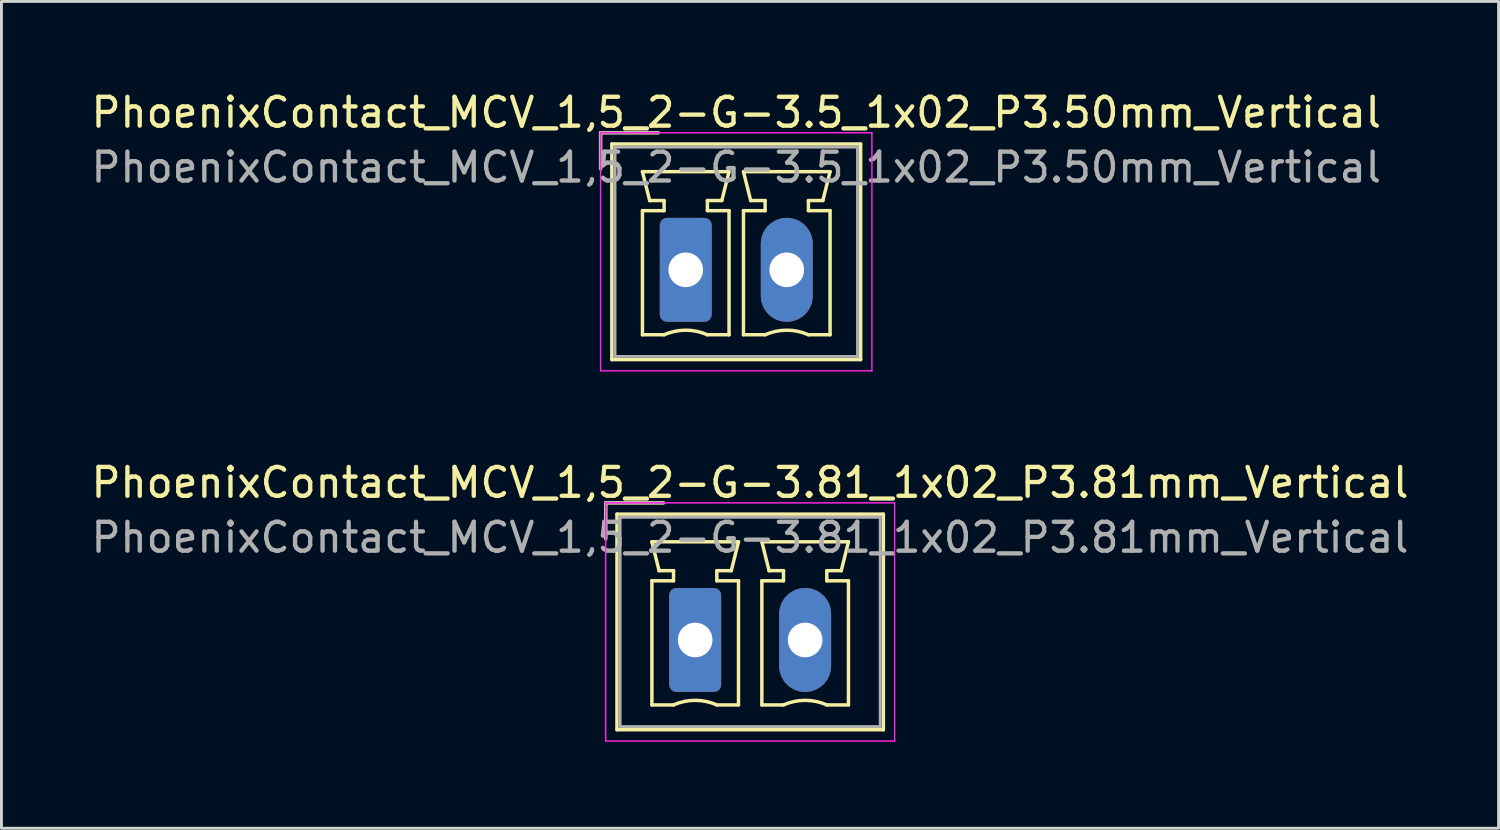
<source format=kicad_pcb>
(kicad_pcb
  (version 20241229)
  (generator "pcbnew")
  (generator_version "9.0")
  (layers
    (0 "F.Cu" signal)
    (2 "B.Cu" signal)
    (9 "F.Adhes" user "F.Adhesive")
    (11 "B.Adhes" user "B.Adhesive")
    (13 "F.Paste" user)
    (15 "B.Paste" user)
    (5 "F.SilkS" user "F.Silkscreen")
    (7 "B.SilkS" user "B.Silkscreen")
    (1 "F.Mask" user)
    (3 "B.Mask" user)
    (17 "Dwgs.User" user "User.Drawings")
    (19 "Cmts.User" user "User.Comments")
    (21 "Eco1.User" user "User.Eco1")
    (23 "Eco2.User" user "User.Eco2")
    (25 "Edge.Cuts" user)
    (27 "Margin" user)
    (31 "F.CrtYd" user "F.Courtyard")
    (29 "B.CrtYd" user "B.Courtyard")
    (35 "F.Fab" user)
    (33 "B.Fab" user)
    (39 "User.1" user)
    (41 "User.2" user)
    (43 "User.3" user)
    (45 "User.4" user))
  (footprint "PhoenixContact_MCV_1,5_2-G-3.5_1x02_P3.50mm_Vertical"
    (layer "F.Cu")
    (at 20.708 6.298)
    (property "Reference" "PhoenixContact_MCV_1,5_2-G-3.5_1x02_P3.50mm_Vertical" (at 1.75 -5.45 0) (layer "F.SilkS") (effects (font (size 1 1) (thickness 0.15))))
    (attr through_hole)
    (fp_line (start -2.95 -4.75) (end -0.95 -4.75) (stroke (width 0.12) (type solid)) (layer "F.SilkS"))
    (fp_line (start -2.95 -3.5) (end -2.95 -4.75) (stroke (width 0.12) (type solid)) (layer "F.SilkS"))
    (fp_line (start -2.56 -4.36) (end -2.56 3.11) (stroke (width 0.12) (type solid)) (layer "F.SilkS"))
    (fp_line (start -2.56 3.11) (end 6.06 3.11) (stroke (width 0.12) (type solid)) (layer "F.SilkS"))
    (fp_line (start -1.5 -3.4) (end 1.5 -3.4) (stroke (width 0.12) (type solid)) (layer "F.SilkS"))
    (fp_line (start -1.5 -2.05) (end -0.75 -2.05) (stroke (width 0.12) (type solid)) (layer "F.SilkS"))
    (fp_line (start -1.5 2.25) (end -1.5 -2.05) (stroke (width 0.12) (type solid)) (layer "F.SilkS"))
    (fp_line (start -1.25 -2.4) (end -1.5 -3.4) (stroke (width 0.12) (type solid)) (layer "F.SilkS"))
    (fp_line (start -0.75 -2.4) (end -1.25 -2.4) (stroke (width 0.12) (type solid)) (layer "F.SilkS"))
    (fp_line (start -0.75 -2.05) (end -0.75 -2.4) (stroke (width 0.12) (type solid)) (layer "F.SilkS"))
    (fp_line (start -0.75 2.25) (end -1.5 2.25) (stroke (width 0.12) (type solid)) (layer "F.SilkS"))
    (fp_line (start 0.75 -2.4) (end 0.75 -2.05) (stroke (width 0.12) (type solid)) (layer "F.SilkS"))
    (fp_line (start 0.75 -2.05) (end 1.5 -2.05) (stroke (width 0.12) (type solid)) (layer "F.SilkS"))
    (fp_line (start 1.25 -2.4) (end 0.75 -2.4) (stroke (width 0.12) (type solid)) (layer "F.SilkS"))
    (fp_line (start 1.5 -3.4) (end 1.25 -2.4) (stroke (width 0.12) (type solid)) (layer "F.SilkS"))
    (fp_line (start 1.5 -2.05) (end 1.5 2.25) (stroke (width 0.12) (type solid)) (layer "F.SilkS"))
    (fp_line (start 1.5 2.25) (end 0.75 2.25) (stroke (width 0.12) (type solid)) (layer "F.SilkS"))
    (fp_line (start 2 -3.4) (end 5 -3.4) (stroke (width 0.12) (type solid)) (layer "F.SilkS"))
    (fp_line (start 2 -2.05) (end 2.75 -2.05) (stroke (width 0.12) (type solid)) (layer "F.SilkS"))
    (fp_line (start 2 2.25) (end 2 -2.05) (stroke (width 0.12) (type solid)) (layer "F.SilkS"))
    (fp_line (start 2.25 -2.4) (end 2 -3.4) (stroke (width 0.12) (type solid)) (layer "F.SilkS"))
    (fp_line (start 2.75 -2.4) (end 2.25 -2.4) (stroke (width 0.12) (type solid)) (layer "F.SilkS"))
    (fp_line (start 2.75 -2.05) (end 2.75 -2.4) (stroke (width 0.12) (type solid)) (layer "F.SilkS"))
    (fp_line (start 2.75 2.25) (end 2 2.25) (stroke (width 0.12) (type solid)) (layer "F.SilkS"))
    (fp_line (start 4.25 -2.4) (end 4.25 -2.05) (stroke (width 0.12) (type solid)) (layer "F.SilkS"))
    (fp_line (start 4.25 -2.05) (end 5 -2.05) (stroke (width 0.12) (type solid)) (layer "F.SilkS"))
    (fp_line (start 4.75 -2.4) (end 4.25 -2.4) (stroke (width 0.12) (type solid)) (layer "F.SilkS"))
    (fp_line (start 5 -3.4) (end 4.75 -2.4) (stroke (width 0.12) (type solid)) (layer "F.SilkS"))
    (fp_line (start 5 -2.05) (end 5 2.25) (stroke (width 0.12) (type solid)) (layer "F.SilkS"))
    (fp_line (start 5 2.25) (end 4.25 2.25) (stroke (width 0.12) (type solid)) (layer "F.SilkS"))
    (fp_line (start 6.06 -4.36) (end -2.56 -4.36) (stroke (width 0.12) (type solid)) (layer "F.SilkS"))
    (fp_line (start 6.06 3.11) (end 6.06 -4.36) (stroke (width 0.12) (type solid)) (layer "F.SilkS"))
    (fp_arc (start -0.75 2.25) (mid -0.000193 2.09191) (end 0.749647 2.249844) (stroke (width 0.12) (type solid)) (layer "F.SilkS"))
    (fp_arc (start 2.75 2.25) (mid 3.499807 2.09191) (end 4.249647 2.249844) (stroke (width 0.12) (type solid)) (layer "F.SilkS"))
    (fp_line (start -2.95 -4.75) (end -2.95 3.5) (stroke (width 0.05) (type solid)) (layer "F.CrtYd"))
    (fp_line (start -2.95 3.5) (end 6.45 3.5) (stroke (width 0.05) (type solid)) (layer "F.CrtYd"))
    (fp_line (start 6.45 -4.75) (end -2.95 -4.75) (stroke (width 0.05) (type solid)) (layer "F.CrtYd"))
    (fp_line (start 6.45 3.5) (end 6.45 -4.75) (stroke (width 0.05) (type solid)) (layer "F.CrtYd"))
    (fp_line (start -2.95 -4.75) (end -0.95 -4.75) (stroke (width 0.1) (type solid)) (layer "F.Fab"))
    (fp_line (start -2.95 -3.5) (end -2.95 -4.75) (stroke (width 0.1) (type solid)) (layer "F.Fab"))
    (fp_line (start -2.45 -4.25) (end -2.45 3) (stroke (width 0.1) (type solid)) (layer "F.Fab"))
    (fp_line (start -2.45 3) (end 5.95 3) (stroke (width 0.1) (type solid)) (layer "F.Fab"))
    (fp_line (start 5.95 -4.25) (end -2.45 -4.25) (stroke (width 0.1) (type solid)) (layer "F.Fab"))
    (fp_line (start 5.95 3) (end 5.95 -4.25) (stroke (width 0.1) (type solid)) (layer "F.Fab"))
    (fp_text user "${REFERENCE}" (at 1.75 -3.55 0) (layer "F.Fab") (effects (font (size 1 1) (thickness 0.15))))
    (pad "1" thru_hole roundrect (at 0 0) (size 1.8 3.6) (drill 1.2) (layers "*.Cu" "*.Mask") (roundrect_rratio 0.139))
    (pad "2" thru_hole oval (at 3.5 0) (size 1.8 3.6) (drill 1.2) (layers "*.Cu" "*.Mask")))
  (footprint "PhoenixContact_MCV_1,5_2-G-3.81_1x02_P3.81mm_Vertical"
    (layer "F.Cu")
    (at 21.035 19.122)
    (property "Reference" "PhoenixContact_MCV_1,5_2-G-3.81_1x02_P3.81mm_Vertical" (at 1.9 -5.45 0) (layer "F.SilkS") (effects (font (size 1 1) (thickness 0.15))))
    (attr through_hole)
    (fp_line (start -3.1 -4.75) (end -1.1 -4.75) (stroke (width 0.12) (type solid)) (layer "F.SilkS"))
    (fp_line (start -3.1 -3.5) (end -3.1 -4.75) (stroke (width 0.12) (type solid)) (layer "F.SilkS"))
    (fp_line (start -2.71 -4.36) (end -2.71 3.11) (stroke (width 0.12) (type solid)) (layer "F.SilkS"))
    (fp_line (start -2.71 3.11) (end 6.52 3.11) (stroke (width 0.12) (type solid)) (layer "F.SilkS"))
    (fp_line (start -1.5 -3.4) (end 1.5 -3.4) (stroke (width 0.12) (type solid)) (layer "F.SilkS"))
    (fp_line (start -1.5 -2.05) (end -0.75 -2.05) (stroke (width 0.12) (type solid)) (layer "F.SilkS"))
    (fp_line (start -1.5 2.25) (end -1.5 -2.05) (stroke (width 0.12) (type solid)) (layer "F.SilkS"))
    (fp_line (start -1.25 -2.4) (end -1.5 -3.4) (stroke (width 0.12) (type solid)) (layer "F.SilkS"))
    (fp_line (start -0.75 -2.4) (end -1.25 -2.4) (stroke (width 0.12) (type solid)) (layer "F.SilkS"))
    (fp_line (start -0.75 -2.05) (end -0.75 -2.4) (stroke (width 0.12) (type solid)) (layer "F.SilkS"))
    (fp_line (start -0.75 2.25) (end -1.5 2.25) (stroke (width 0.12) (type solid)) (layer "F.SilkS"))
    (fp_line (start 0.75 -2.4) (end 0.75 -2.05) (stroke (width 0.12) (type solid)) (layer "F.SilkS"))
    (fp_line (start 0.75 -2.05) (end 1.5 -2.05) (stroke (width 0.12) (type solid)) (layer "F.SilkS"))
    (fp_line (start 1.25 -2.4) (end 0.75 -2.4) (stroke (width 0.12) (type solid)) (layer "F.SilkS"))
    (fp_line (start 1.5 -3.4) (end 1.25 -2.4) (stroke (width 0.12) (type solid)) (layer "F.SilkS"))
    (fp_line (start 1.5 -2.05) (end 1.5 2.25) (stroke (width 0.12) (type solid)) (layer "F.SilkS"))
    (fp_line (start 1.5 2.25) (end 0.75 2.25) (stroke (width 0.12) (type solid)) (layer "F.SilkS"))
    (fp_line (start 2.31 -3.4) (end 5.31 -3.4) (stroke (width 0.12) (type solid)) (layer "F.SilkS"))
    (fp_line (start 2.31 -2.05) (end 3.06 -2.05) (stroke (width 0.12) (type solid)) (layer "F.SilkS"))
    (fp_line (start 2.31 2.25) (end 2.31 -2.05) (stroke (width 0.12) (type solid)) (layer "F.SilkS"))
    (fp_line (start 2.56 -2.4) (end 2.31 -3.4) (stroke (width 0.12) (type solid)) (layer "F.SilkS"))
    (fp_line (start 3.06 -2.4) (end 2.56 -2.4) (stroke (width 0.12) (type solid)) (layer "F.SilkS"))
    (fp_line (start 3.06 -2.05) (end 3.06 -2.4) (stroke (width 0.12) (type solid)) (layer "F.SilkS"))
    (fp_line (start 3.06 2.25) (end 2.31 2.25) (stroke (width 0.12) (type solid)) (layer "F.SilkS"))
    (fp_line (start 4.56 -2.4) (end 4.56 -2.05) (stroke (width 0.12) (type solid)) (layer "F.SilkS"))
    (fp_line (start 4.56 -2.05) (end 5.31 -2.05) (stroke (width 0.12) (type solid)) (layer "F.SilkS"))
    (fp_line (start 5.06 -2.4) (end 4.56 -2.4) (stroke (width 0.12) (type solid)) (layer "F.SilkS"))
    (fp_line (start 5.31 -3.4) (end 5.06 -2.4) (stroke (width 0.12) (type solid)) (layer "F.SilkS"))
    (fp_line (start 5.31 -2.05) (end 5.31 2.25) (stroke (width 0.12) (type solid)) (layer "F.SilkS"))
    (fp_line (start 5.31 2.25) (end 4.56 2.25) (stroke (width 0.12) (type solid)) (layer "F.SilkS"))
    (fp_line (start 6.52 -4.36) (end -2.71 -4.36) (stroke (width 0.12) (type solid)) (layer "F.SilkS"))
    (fp_line (start 6.52 3.11) (end 6.52 -4.36) (stroke (width 0.12) (type solid)) (layer "F.SilkS"))
    (fp_arc (start -0.75 2.25) (mid -0.000193 2.09191) (end 0.749647 2.249844) (stroke (width 0.12) (type solid)) (layer "F.SilkS"))
    (fp_arc (start 3.06 2.25) (mid 3.809807 2.09191) (end 4.559647 2.249844) (stroke (width 0.12) (type solid)) (layer "F.SilkS"))
    (fp_line (start -3.1 -4.75) (end -3.1 3.5) (stroke (width 0.05) (type solid)) (layer "F.CrtYd"))
    (fp_line (start -3.1 3.5) (end 6.91 3.5) (stroke (width 0.05) (type solid)) (layer "F.CrtYd"))
    (fp_line (start 6.91 -4.75) (end -3.1 -4.75) (stroke (width 0.05) (type solid)) (layer "F.CrtYd"))
    (fp_line (start 6.91 3.5) (end 6.91 -4.75) (stroke (width 0.05) (type solid)) (layer "F.CrtYd"))
    (fp_line (start -3.1 -4.75) (end -1.1 -4.75) (stroke (width 0.1) (type solid)) (layer "F.Fab"))
    (fp_line (start -3.1 -3.5) (end -3.1 -4.75) (stroke (width 0.1) (type solid)) (layer "F.Fab"))
    (fp_line (start -2.6 -4.25) (end -2.6 3) (stroke (width 0.1) (type solid)) (layer "F.Fab"))
    (fp_line (start -2.6 3) (end 6.41 3) (stroke (width 0.1) (type solid)) (layer "F.Fab"))
    (fp_line (start 6.41 -4.25) (end -2.6 -4.25) (stroke (width 0.1) (type solid)) (layer "F.Fab"))
    (fp_line (start 6.41 3) (end 6.41 -4.25) (stroke (width 0.1) (type solid)) (layer "F.Fab"))
    (fp_text user "${REFERENCE}" (at 1.9 -3.55 0) (layer "F.Fab") (effects (font (size 1 1) (thickness 0.15))))
    (pad "1" thru_hole roundrect (at 0 0) (size 1.8 3.6) (drill 1.2) (layers "*.Cu" "*.Mask") (roundrect_rratio 0.139))
    (pad "2" thru_hole oval (at 3.81 0) (size 1.8 3.6) (drill 1.2) (layers "*.Cu" "*.Mask")))
  (gr_rect
    (start -3 -3)
    (end 48.869 25.646)
    (stroke (width 0.1) (type default))
    (fill no)
    (layer "Edge.Cuts")))
</source>
